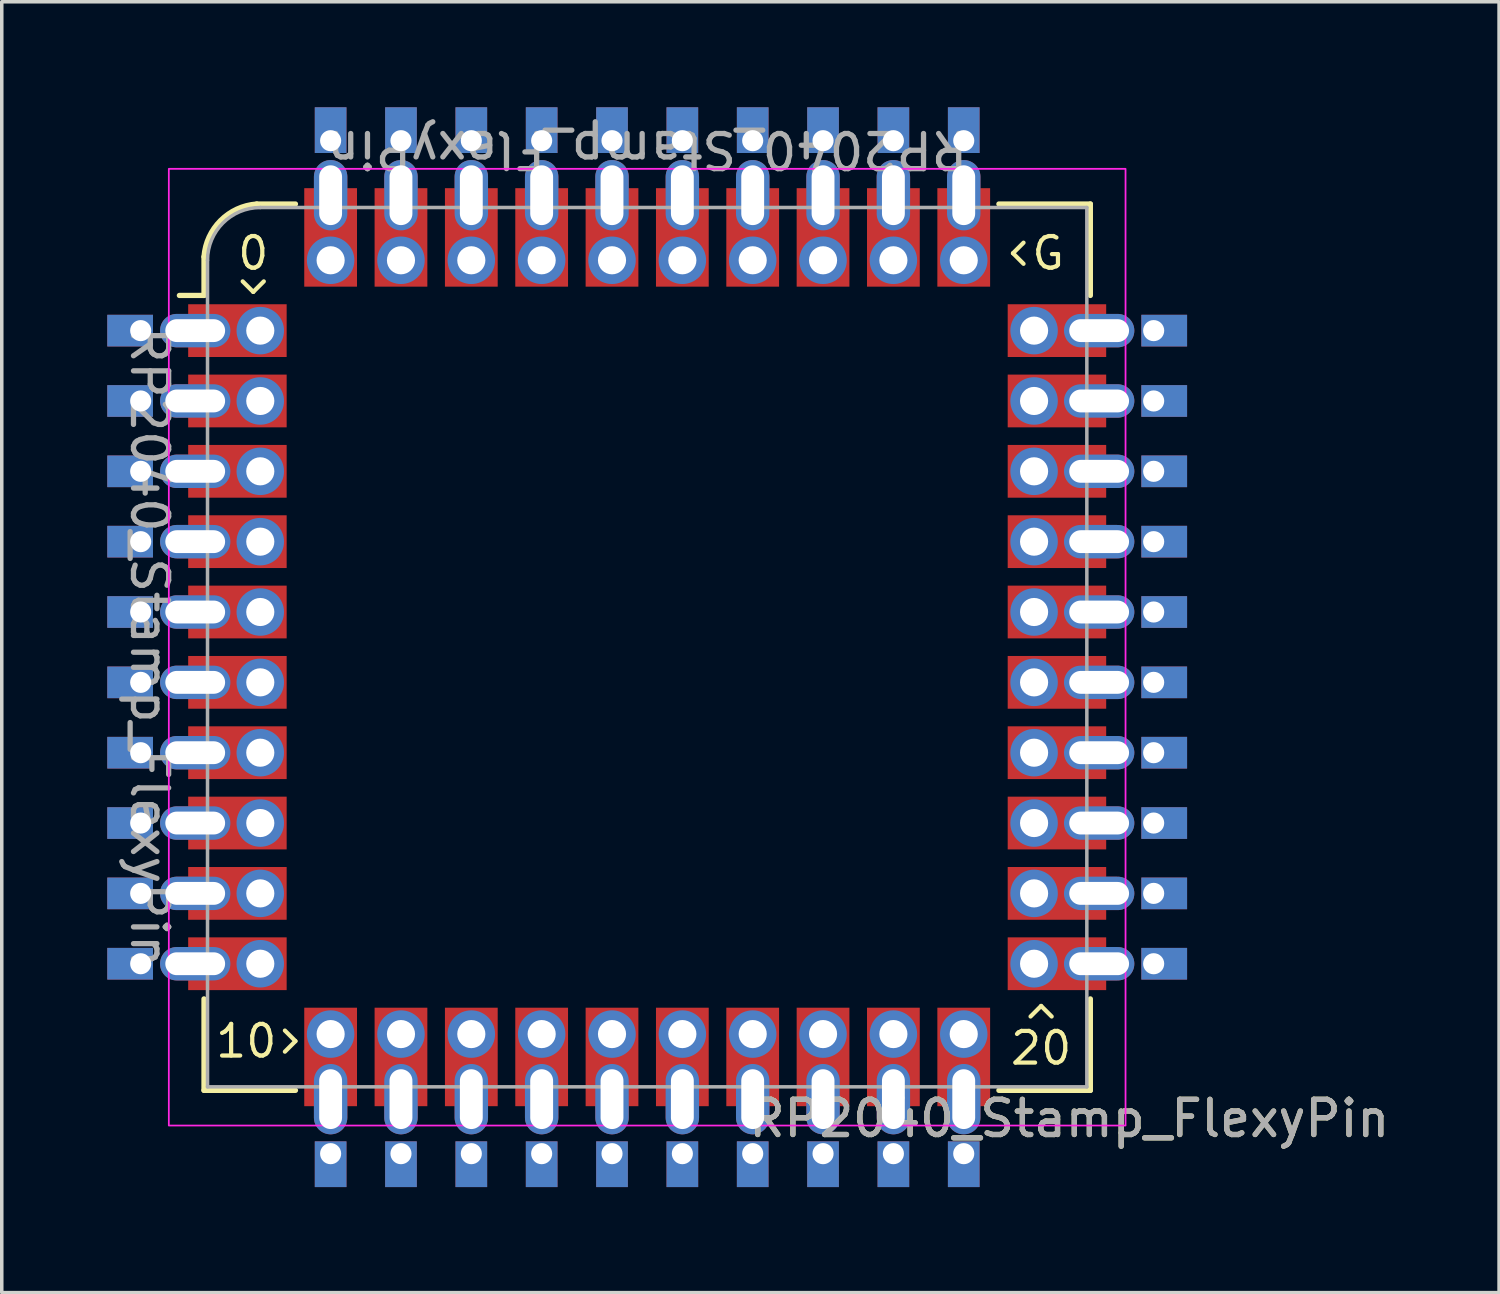
<source format=kicad_pcb>
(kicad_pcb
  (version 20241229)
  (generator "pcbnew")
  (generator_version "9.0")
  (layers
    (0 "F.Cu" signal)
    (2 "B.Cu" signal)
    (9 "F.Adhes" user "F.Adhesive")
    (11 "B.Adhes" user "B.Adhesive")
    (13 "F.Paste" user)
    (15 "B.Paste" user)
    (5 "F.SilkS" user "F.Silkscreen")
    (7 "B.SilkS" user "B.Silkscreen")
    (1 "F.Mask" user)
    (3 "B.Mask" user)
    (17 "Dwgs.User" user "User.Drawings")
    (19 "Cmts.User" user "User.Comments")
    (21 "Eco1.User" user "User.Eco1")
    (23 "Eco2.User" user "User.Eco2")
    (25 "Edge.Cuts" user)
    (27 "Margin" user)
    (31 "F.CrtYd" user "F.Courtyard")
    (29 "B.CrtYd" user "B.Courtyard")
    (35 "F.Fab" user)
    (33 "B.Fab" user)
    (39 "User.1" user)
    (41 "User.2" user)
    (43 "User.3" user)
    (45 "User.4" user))
  (footprint "RP2040_Stamp_FlexyPin"
    (layer "F.Cu")
    (at 15.35 15.35)
    (property "Reference" "RP2040_Stamp_FlexyPin" (at 12 13.4 0) (unlocked yes) (layer "F.SilkS") (effects (font (size 1 1) (thickness 0.15))))
    (property "Value" "RP2040_Stamp_FlexyPin" (at 0 14.15 0) (unlocked yes) (layer "F.Fab") (hide yes) (effects (font (size 1 1) (thickness 0.15))))
    (attr through_hole)
    (fp_line (start -12.6 -10) (end -13.3 -10) (stroke (width 0.15) (type solid)) (layer "F.SilkS"))
    (fp_line (start -12.6 -10) (end -12.6 -11.1) (stroke (width 0.15) (type solid)) (layer "F.SilkS"))
    (fp_line (start -12.6 12.6) (end -12.6 10) (stroke (width 0.15) (type solid)) (layer "F.SilkS"))
    (fp_line (start -11.5 -10.4) (end -11.2 -10.1) (stroke (width 0.12) (type solid)) (layer "F.SilkS"))
    (fp_line (start -11.2 -10.1) (end -10.9 -10.4) (stroke (width 0.12) (type solid)) (layer "F.SilkS"))
    (fp_line (start -11.1 -12.6) (end -10 -12.6) (stroke (width 0.15) (type solid)) (layer "F.SilkS"))
    (fp_line (start -10.3 11.5) (end -10 11.2) (stroke (width 0.12) (type solid)) (layer "F.SilkS"))
    (fp_line (start -10 11.2) (end -10.3 10.9) (stroke (width 0.12) (type solid)) (layer "F.SilkS"))
    (fp_line (start -10 12.6) (end -12.6 12.6) (stroke (width 0.15) (type solid)) (layer "F.SilkS"))
    (fp_line (start 10 -12.6) (end 12.6 -12.6) (stroke (width 0.15) (type solid)) (layer "F.SilkS"))
    (fp_line (start 10.4 -11.2) (end 10.7 -10.9) (stroke (width 0.12) (type solid)) (layer "F.SilkS"))
    (fp_line (start 10.7 -11.5) (end 10.4 -11.2) (stroke (width 0.12) (type solid)) (layer "F.SilkS"))
    (fp_line (start 11.2 10.2) (end 10.9 10.5) (stroke (width 0.12) (type solid)) (layer "F.SilkS"))
    (fp_line (start 11.5 10.5) (end 11.2 10.2) (stroke (width 0.12) (type solid)) (layer "F.SilkS"))
    (fp_line (start 12.6 -12.6) (end 12.6 -10) (stroke (width 0.15) (type solid)) (layer "F.SilkS"))
    (fp_line (start 12.6 10) (end 12.6 12.6) (stroke (width 0.15) (type solid)) (layer "F.SilkS"))
    (fp_line (start 12.6 12.6) (end 10 12.6) (stroke (width 0.15) (type solid)) (layer "F.SilkS"))
    (fp_arc (start -12.6 -11.1) (mid -12.129432 -12.129432) (end -11.1 -12.6) (stroke (width 0.15) (type solid)) (layer "F.SilkS"))
    (fp_rect (start -13.6 -13.6) (end 13.6 13.6) (stroke (width 0.05) (type solid)) (fill no) (layer "F.CrtYd"))
    (fp_line (start -12.5 12.5) (end -12.5 -11) (stroke (width 0.1) (type solid)) (layer "F.Fab"))
    (fp_line (start -11 -12.5) (end 12.5 -12.5) (stroke (width 0.1) (type solid)) (layer "F.Fab"))
    (fp_line (start 12.5 -12.5) (end 12.5 12.5) (stroke (width 0.1) (type solid)) (layer "F.Fab"))
    (fp_line (start 12.5 12.5) (end -12.5 12.5) (stroke (width 0.1) (type solid)) (layer "F.Fab"))
    (fp_arc (start -12.500003 -11.000003) (mid -12.060661 -12.060662) (end -11 -12.5) (stroke (width 0.1) (type solid)) (layer "F.Fab"))
    (fp_text user "10" (at -11.4 11.2 0) (unlocked yes) (layer "F.SilkS") (effects (font (size 0.9 0.9) (thickness 0.12))))
    (fp_text user "0" (at -11.2 -11.2 0) (unlocked yes) (layer "F.SilkS") (effects (font (size 0.9 0.9) (thickness 0.12))))
    (fp_text user "20" (at 11.2 11.4 0) (unlocked yes) (layer "F.SilkS") (effects (font (size 0.9 0.9) (thickness 0.12))))
    (fp_text user "G" (at 11.4 -11.2 0) (unlocked yes) (layer "F.SilkS") (effects (font (size 0.9 0.9) (thickness 0.12))))
    (fp_text user "${VALUE}" (at 0 -14.15 180) (unlocked yes) (layer "F.Fab") (effects (font (size 1 1) (thickness 0.15))))
    (fp_text user "${REFERENCE}" (at 12 13.4 0) (unlocked yes) (layer "F.Fab") (effects (font (size 1 1) (thickness 0.15))))
    (fp_text user "${VALUE}" (at -14.15 0 270) (unlocked yes) (layer "F.Fab") (effects (font (size 1 1) (thickness 0.15))))
    (pad "1" thru_hole rect (at -14.4 -9) (size 1.3 0.9) (drill 0.6 (offset -0.3 0)) (layers "*.Cu" "*.Mask"))
    (pad "1" thru_hole oval (at -12.85 -9 180) (size 2 0.95) (drill oval 1.7 0.65) (layers "*.Cu" "*.Mask"))
    (pad "1" smd rect (at -11.65 -9) (size 2.8 1.5) (layers "F.Cu" "F.Mask" "F.Paste"))
    (pad "1" thru_hole circle (at -11 -9) (size 1.35 1.35) (drill 0.8) (layers "*.Cu" "*.Mask"))
    (pad "2" thru_hole rect (at -14.4 -7) (size 1.3 0.9) (drill 0.6 (offset -0.3 0)) (layers "*.Cu" "*.Mask"))
    (pad "2" thru_hole oval (at -12.85 -7 180) (size 2 0.95) (drill oval 1.7 0.65) (layers "*.Cu" "*.Mask"))
    (pad "2" smd rect (at -11.65 -7) (size 2.8 1.5) (layers "F.Cu" "F.Mask" "F.Paste"))
    (pad "2" thru_hole oval (at -11 -7) (size 1.35 1.35) (drill 0.8) (layers "*.Cu" "*.Mask"))
    (pad "3" thru_hole rect (at -14.4 -5) (size 1.3 0.9) (drill 0.6 (offset -0.3 0)) (layers "*.Cu" "*.Mask"))
    (pad "3" thru_hole oval (at -12.85 -5 180) (size 2 0.95) (drill oval 1.7 0.65) (layers "*.Cu" "*.Mask"))
    (pad "3" smd rect (at -11.65 -5) (size 2.8 1.5) (layers "F.Cu" "F.Mask" "F.Paste"))
    (pad "3" thru_hole oval (at -11 -5) (size 1.35 1.35) (drill 0.8) (layers "*.Cu" "*.Mask"))
    (pad "4" thru_hole rect (at -14.4 -3) (size 1.3 0.9) (drill 0.6 (offset -0.3 0)) (layers "*.Cu" "*.Mask"))
    (pad "4" thru_hole oval (at -12.85 -3 180) (size 2 0.95) (drill oval 1.7 0.65) (layers "*.Cu" "*.Mask"))
    (pad "4" smd rect (at -11.65 -3) (size 2.8 1.5) (layers "F.Cu" "F.Mask" "F.Paste"))
    (pad "4" thru_hole oval (at -11 -3) (size 1.35 1.35) (drill 0.8) (layers "*.Cu" "*.Mask"))
    (pad "5" thru_hole rect (at -14.4 -1) (size 1.3 0.9) (drill 0.6 (offset -0.3 0)) (layers "*.Cu" "*.Mask"))
    (pad "5" thru_hole oval (at -12.85 -1 180) (size 2 0.95) (drill oval 1.7 0.65) (layers "*.Cu" "*.Mask"))
    (pad "5" smd rect (at -11.65 -1) (size 2.8 1.5) (layers "F.Cu" "F.Mask" "F.Paste"))
    (pad "5" thru_hole oval (at -11 -1) (size 1.35 1.35) (drill 0.8) (layers "*.Cu" "*.Mask"))
    (pad "6" thru_hole rect (at -14.4 1) (size 1.3 0.9) (drill 0.6 (offset -0.3 0)) (layers "*.Cu" "*.Mask"))
    (pad "6" thru_hole oval (at -12.85 1 180) (size 2 0.95) (drill oval 1.7 0.65) (layers "*.Cu" "*.Mask"))
    (pad "6" smd rect (at -11.65 1) (size 2.8 1.5) (layers "F.Cu" "F.Mask" "F.Paste"))
    (pad "6" thru_hole oval (at -11 1) (size 1.35 1.35) (drill 0.8) (layers "*.Cu" "*.Mask"))
    (pad "7" thru_hole rect (at -14.4 3) (size 1.3 0.9) (drill 0.6 (offset -0.3 0)) (layers "*.Cu" "*.Mask"))
    (pad "7" thru_hole oval (at -12.85 3 180) (size 2 0.95) (drill oval 1.7 0.65) (layers "*.Cu" "*.Mask"))
    (pad "7" smd rect (at -11.65 3) (size 2.8 1.5) (layers "F.Cu" "F.Mask" "F.Paste"))
    (pad "7" thru_hole oval (at -11 3) (size 1.35 1.35) (drill 0.8) (layers "*.Cu" "*.Mask"))
    (pad "8" thru_hole rect (at -14.4 5) (size 1.3 0.9) (drill 0.6 (offset -0.3 0)) (layers "*.Cu" "*.Mask"))
    (pad "8" thru_hole oval (at -12.85 5 180) (size 2 0.95) (drill oval 1.7 0.65) (layers "*.Cu" "*.Mask"))
    (pad "8" smd rect (at -11.65 5) (size 2.8 1.5) (layers "F.Cu" "F.Mask" "F.Paste"))
    (pad "8" thru_hole oval (at -11 5) (size 1.35 1.35) (drill 0.8) (layers "*.Cu" "*.Mask"))
    (pad "9" thru_hole rect (at -14.4 7) (size 1.3 0.9) (drill 0.6 (offset -0.3 0)) (layers "*.Cu" "*.Mask"))
    (pad "9" thru_hole oval (at -12.85 7 180) (size 2 0.95) (drill oval 1.7 0.65) (layers "*.Cu" "*.Mask"))
    (pad "9" smd rect (at -11.65 7) (size 2.8 1.5) (layers "F.Cu" "F.Mask" "F.Paste"))
    (pad "9" thru_hole oval (at -11 7) (size 1.35 1.35) (drill 0.8) (layers "*.Cu" "*.Mask"))
    (pad "10" thru_hole rect (at -14.4 9) (size 1.3 0.9) (drill 0.6 (offset -0.3 0)) (layers "*.Cu" "*.Mask"))
    (pad "10" thru_hole oval (at -12.85 9 180) (size 2 0.95) (drill oval 1.7 0.65) (layers "*.Cu" "*.Mask"))
    (pad "10" smd rect (at -11.65 9) (size 2.8 1.5) (layers "F.Cu" "F.Mask" "F.Paste"))
    (pad "10" thru_hole oval (at -11 9) (size 1.35 1.35) (drill 0.8) (layers "*.Cu" "*.Mask"))
    (pad "11" thru_hole oval (at -9 11) (size 1.35 1.35) (drill 0.8) (layers "*.Cu" "*.Mask"))
    (pad "11" smd rect (at -9 11.65 270) (size 2.8 1.5) (layers "F.Cu" "F.Mask" "F.Paste"))
    (pad "11" thru_hole oval (at -9 12.85 270) (size 2 0.95) (drill oval 1.7 0.65) (layers "*.Cu" "*.Mask"))
    (pad "11" thru_hole rect (at -9 14.4 90) (size 1.3 0.9) (drill 0.6 (offset -0.3 0)) (layers "*.Cu" "*.Mask"))
    (pad "12" thru_hole oval (at -7 11) (size 1.35 1.35) (drill 0.8) (layers "*.Cu" "*.Mask"))
    (pad "12" smd rect (at -7 11.65 270) (size 2.8 1.5) (layers "F.Cu" "F.Mask" "F.Paste"))
    (pad "12" thru_hole oval (at -7 12.85 270) (size 2 0.95) (drill oval 1.7 0.65) (layers "*.Cu" "*.Mask"))
    (pad "12" thru_hole rect (at -7 14.4 90) (size 1.3 0.9) (drill 0.6 (offset -0.3 0)) (layers "*.Cu" "*.Mask"))
    (pad "13" thru_hole oval (at -5 11) (size 1.35 1.35) (drill 0.8) (layers "*.Cu" "*.Mask"))
    (pad "13" smd rect (at -5 11.65 270) (size 2.8 1.5) (layers "F.Cu" "F.Mask" "F.Paste"))
    (pad "13" thru_hole oval (at -5 12.85 270) (size 2 0.95) (drill oval 1.7 0.65) (layers "*.Cu" "*.Mask"))
    (pad "13" thru_hole rect (at -5 14.4 90) (size 1.3 0.9) (drill 0.6 (offset -0.3 0)) (layers "*.Cu" "*.Mask"))
    (pad "14" thru_hole oval (at -3 11) (size 1.35 1.35) (drill 0.8) (layers "*.Cu" "*.Mask"))
    (pad "14" smd rect (at -3 11.65 270) (size 2.8 1.5) (layers "F.Cu" "F.Mask" "F.Paste"))
    (pad "14" thru_hole oval (at -3 12.85 270) (size 2 0.95) (drill oval 1.7 0.65) (layers "*.Cu" "*.Mask"))
    (pad "14" thru_hole rect (at -3 14.4 90) (size 1.3 0.9) (drill 0.6 (offset -0.3 0)) (layers "*.Cu" "*.Mask"))
    (pad "15" thru_hole oval (at -1 11) (size 1.35 1.35) (drill 0.8) (layers "*.Cu" "*.Mask"))
    (pad "15" smd rect (at -1 11.65 270) (size 2.8 1.5) (layers "F.Cu" "F.Mask" "F.Paste"))
    (pad "15" thru_hole oval (at -1 12.85 270) (size 2 0.95) (drill oval 1.7 0.65) (layers "*.Cu" "*.Mask"))
    (pad "15" thru_hole rect (at -1 14.4 90) (size 1.3 0.9) (drill 0.6 (offset -0.3 0)) (layers "*.Cu" "*.Mask"))
    (pad "16" thru_hole oval (at 1 11) (size 1.35 1.35) (drill 0.8) (layers "*.Cu" "*.Mask"))
    (pad "16" smd rect (at 1 11.65 270) (size 2.8 1.5) (layers "F.Cu" "F.Mask" "F.Paste"))
    (pad "16" thru_hole oval (at 1 12.85 270) (size 2 0.95) (drill oval 1.7 0.65) (layers "*.Cu" "*.Mask"))
    (pad "16" thru_hole rect (at 1 14.4 90) (size 1.3 0.9) (drill 0.6 (offset -0.3 0)) (layers "*.Cu" "*.Mask"))
    (pad "17" thru_hole oval (at 3 11) (size 1.35 1.35) (drill 0.8) (layers "*.Cu" "*.Mask"))
    (pad "17" smd rect (at 3 11.65 270) (size 2.8 1.5) (layers "F.Cu" "F.Mask" "F.Paste"))
    (pad "17" thru_hole oval (at 3 12.85 270) (size 2 0.95) (drill oval 1.7 0.65) (layers "*.Cu" "*.Mask"))
    (pad "17" thru_hole rect (at 3 14.4 90) (size 1.3 0.9) (drill 0.6 (offset -0.3 0)) (layers "*.Cu" "*.Mask"))
    (pad "18" thru_hole oval (at 5 11) (size 1.35 1.35) (drill 0.8) (layers "*.Cu" "*.Mask"))
    (pad "18" smd rect (at 5 11.65 270) (size 2.8 1.5) (layers "F.Cu" "F.Mask" "F.Paste"))
    (pad "18" thru_hole oval (at 5 12.85 270) (size 2 0.95) (drill oval 1.7 0.65) (layers "*.Cu" "*.Mask"))
    (pad "18" thru_hole rect (at 5 14.4 90) (size 1.3 0.9) (drill 0.6 (offset -0.3 0)) (layers "*.Cu" "*.Mask"))
    (pad "19" thru_hole oval (at 7 11) (size 1.35 1.35) (drill 0.8) (layers "*.Cu" "*.Mask"))
    (pad "19" smd rect (at 7 11.65 270) (size 2.8 1.5) (layers "F.Cu" "F.Mask" "F.Paste"))
    (pad "19" thru_hole oval (at 7 12.85 270) (size 2 0.95) (drill oval 1.7 0.65) (layers "*.Cu" "*.Mask"))
    (pad "19" thru_hole rect (at 7 14.4 90) (size 1.3 0.9) (drill 0.6 (offset -0.3 0)) (layers "*.Cu" "*.Mask"))
    (pad "20" thru_hole oval (at 9 11) (size 1.35 1.35) (drill 0.8) (layers "*.Cu" "*.Mask"))
    (pad "20" smd rect (at 9 11.65 270) (size 2.8 1.5) (layers "F.Cu" "F.Mask" "F.Paste"))
    (pad "20" thru_hole oval (at 9 12.85 270) (size 2 0.95) (drill oval 1.7 0.65) (layers "*.Cu" "*.Mask"))
    (pad "20" thru_hole rect (at 9 14.4 90) (size 1.3 0.9) (drill 0.6 (offset -0.3 0)) (layers "*.Cu" "*.Mask"))
    (pad "21" thru_hole oval (at 11 9) (size 1.35 1.35) (drill 0.8) (layers "*.Cu" "*.Mask"))
    (pad "21" smd rect (at 11.65 9) (size 2.8 1.5) (layers "F.Cu" "F.Mask" "F.Paste"))
    (pad "21" thru_hole oval (at 12.85 9) (size 2 0.95) (drill oval 1.7 0.65) (layers "*.Cu" "*.Mask"))
    (pad "21" thru_hole rect (at 14.4 9 180) (size 1.3 0.9) (drill 0.6 (offset -0.3 0)) (layers "*.Cu" "*.Mask"))
    (pad "22" thru_hole oval (at 11 7) (size 1.35 1.35) (drill 0.8) (layers "*.Cu" "*.Mask"))
    (pad "22" smd rect (at 11.65 7) (size 2.8 1.5) (layers "F.Cu" "F.Mask" "F.Paste"))
    (pad "22" thru_hole oval (at 12.85 7) (size 2 0.95) (drill oval 1.7 0.65) (layers "*.Cu" "*.Mask"))
    (pad "22" thru_hole rect (at 14.4 7 180) (size 1.3 0.9) (drill 0.6 (offset -0.3 0)) (layers "*.Cu" "*.Mask"))
    (pad "23" thru_hole oval (at 11 5) (size 1.35 1.35) (drill 0.8) (layers "*.Cu" "*.Mask"))
    (pad "23" smd rect (at 11.65 5) (size 2.8 1.5) (layers "F.Cu" "F.Mask" "F.Paste"))
    (pad "23" thru_hole oval (at 12.85 5) (size 2 0.95) (drill oval 1.7 0.65) (layers "*.Cu" "*.Mask"))
    (pad "23" thru_hole rect (at 14.4 5 180) (size 1.3 0.9) (drill 0.6 (offset -0.3 0)) (layers "*.Cu" "*.Mask"))
    (pad "24" thru_hole oval (at 11 3) (size 1.35 1.35) (drill 0.8) (layers "*.Cu" "*.Mask"))
    (pad "24" smd rect (at 11.65 3) (size 2.8 1.5) (layers "F.Cu" "F.Mask" "F.Paste"))
    (pad "24" thru_hole oval (at 12.85 3) (size 2 0.95) (drill oval 1.7 0.65) (layers "*.Cu" "*.Mask"))
    (pad "24" thru_hole rect (at 14.4 3 180) (size 1.3 0.9) (drill 0.6 (offset -0.3 0)) (layers "*.Cu" "*.Mask"))
    (pad "25" thru_hole oval (at 11 1) (size 1.35 1.35) (drill 0.8) (layers "*.Cu" "*.Mask"))
    (pad "25" smd rect (at 11.65 1) (size 2.8 1.5) (layers "F.Cu" "F.Mask" "F.Paste"))
    (pad "25" thru_hole oval (at 12.85 1) (size 2 0.95) (drill oval 1.7 0.65) (layers "*.Cu" "*.Mask"))
    (pad "25" thru_hole rect (at 14.4 1 180) (size 1.3 0.9) (drill 0.6 (offset -0.3 0)) (layers "*.Cu" "*.Mask"))
    (pad "26" thru_hole oval (at 11 -1) (size 1.35 1.35) (drill 0.8) (layers "*.Cu" "*.Mask"))
    (pad "26" smd rect (at 11.65 -1) (size 2.8 1.5) (layers "F.Cu" "F.Mask" "F.Paste"))
    (pad "26" thru_hole oval (at 12.85 -1) (size 2 0.95) (drill oval 1.7 0.65) (layers "*.Cu" "*.Mask"))
    (pad "26" thru_hole rect (at 14.4 -1 180) (size 1.3 0.9) (drill 0.6 (offset -0.3 0)) (layers "*.Cu" "*.Mask"))
    (pad "27" thru_hole oval (at 11 -3) (size 1.35 1.35) (drill 0.8) (layers "*.Cu" "*.Mask"))
    (pad "27" smd rect (at 11.65 -3) (size 2.8 1.5) (layers "F.Cu" "F.Mask" "F.Paste"))
    (pad "27" thru_hole oval (at 12.85 -3) (size 2 0.95) (drill oval 1.7 0.65) (layers "*.Cu" "*.Mask"))
    (pad "27" thru_hole rect (at 14.4 -3 180) (size 1.3 0.9) (drill 0.6 (offset -0.3 0)) (layers "*.Cu" "*.Mask"))
    (pad "28" thru_hole oval (at 11 -5) (size 1.35 1.35) (drill 0.8) (layers "*.Cu" "*.Mask"))
    (pad "28" smd rect (at 11.65 -5) (size 2.8 1.5) (layers "F.Cu" "F.Mask" "F.Paste"))
    (pad "28" thru_hole oval (at 12.85 -5) (size 2 0.95) (drill oval 1.7 0.65) (layers "*.Cu" "*.Mask"))
    (pad "28" thru_hole rect (at 14.4 -5 180) (size 1.3 0.9) (drill 0.6 (offset -0.3 0)) (layers "*.Cu" "*.Mask"))
    (pad "29" thru_hole oval (at 11 -7) (size 1.35 1.35) (drill 0.8) (layers "*.Cu" "*.Mask"))
    (pad "29" smd rect (at 11.65 -7) (size 2.8 1.5) (layers "F.Cu" "F.Mask" "F.Paste"))
    (pad "29" thru_hole oval (at 12.85 -7) (size 2 0.95) (drill oval 1.7 0.65) (layers "*.Cu" "*.Mask"))
    (pad "29" thru_hole rect (at 14.4 -7 180) (size 1.3 0.9) (drill 0.6 (offset -0.3 0)) (layers "*.Cu" "*.Mask"))
    (pad "30" thru_hole oval (at 11 -9) (size 1.35 1.35) (drill 0.8) (layers "*.Cu" "*.Mask"))
    (pad "30" smd rect (at 11.65 -9) (size 2.8 1.5) (layers "F.Cu" "F.Mask" "F.Paste"))
    (pad "30" thru_hole oval (at 12.85 -9) (size 2 0.95) (drill oval 1.7 0.65) (layers "*.Cu" "*.Mask"))
    (pad "30" thru_hole rect (at 14.4 -9 180) (size 1.3 0.9) (drill 0.6 (offset -0.3 0)) (layers "*.Cu" "*.Mask"))
    (pad "31" thru_hole rect (at 9 -14.4 270) (size 1.3 0.9) (drill 0.6 (offset -0.3 0)) (layers "*.Cu" "*.Mask"))
    (pad "31" thru_hole oval (at 9 -12.85 90) (size 2 0.95) (drill oval 1.7 0.65) (layers "*.Cu" "*.Mask"))
    (pad "31" smd rect (at 9 -11.65 270) (size 2.8 1.5) (layers "F.Cu" "F.Mask" "F.Paste"))
    (pad "31" thru_hole oval (at 9 -11) (size 1.35 1.35) (drill 0.8) (layers "*.Cu" "*.Mask"))
    (pad "32" thru_hole rect (at 7 -14.4 270) (size 1.3 0.9) (drill 0.6 (offset -0.3 0)) (layers "*.Cu" "*.Mask"))
    (pad "32" thru_hole oval (at 7 -12.85 90) (size 2 0.95) (drill oval 1.7 0.65) (layers "*.Cu" "*.Mask"))
    (pad "32" smd rect (at 7 -11.65 270) (size 2.8 1.5) (layers "F.Cu" "F.Mask" "F.Paste"))
    (pad "32" thru_hole oval (at 7 -11) (size 1.35 1.35) (drill 0.8) (layers "*.Cu" "*.Mask"))
    (pad "33" thru_hole rect (at 5 -14.4 270) (size 1.3 0.9) (drill 0.6 (offset -0.3 0)) (layers "*.Cu" "*.Mask"))
    (pad "33" thru_hole oval (at 5 -12.85 90) (size 2 0.95) (drill oval 1.7 0.65) (layers "*.Cu" "*.Mask"))
    (pad "33" smd rect (at 5 -11.65 270) (size 2.8 1.5) (layers "F.Cu" "F.Mask" "F.Paste"))
    (pad "33" thru_hole oval (at 5 -11) (size 1.35 1.35) (drill 0.8) (layers "*.Cu" "*.Mask"))
    (pad "34" thru_hole rect (at 3 -14.4 270) (size 1.3 0.9) (drill 0.6 (offset -0.3 0)) (layers "*.Cu" "*.Mask"))
    (pad "34" thru_hole oval (at 3 -12.85 90) (size 2 0.95) (drill oval 1.7 0.65) (layers "*.Cu" "*.Mask"))
    (pad "34" smd rect (at 3 -11.65 270) (size 2.8 1.5) (layers "F.Cu" "F.Mask" "F.Paste"))
    (pad "34" thru_hole oval (at 3 -11) (size 1.35 1.35) (drill 0.8) (layers "*.Cu" "*.Mask"))
    (pad "35" thru_hole rect (at 1 -14.4 270) (size 1.3 0.9) (drill 0.6 (offset -0.3 0)) (layers "*.Cu" "*.Mask"))
    (pad "35" thru_hole oval (at 1 -12.85 90) (size 2 0.95) (drill oval 1.7 0.65) (layers "*.Cu" "*.Mask"))
    (pad "35" smd rect (at 1 -11.65 270) (size 2.8 1.5) (layers "F.Cu" "F.Mask" "F.Paste"))
    (pad "35" thru_hole oval (at 1 -11) (size 1.35 1.35) (drill 0.8) (layers "*.Cu" "*.Mask"))
    (pad "36" thru_hole rect (at -1 -14.4 270) (size 1.3 0.9) (drill 0.6 (offset -0.3 0)) (layers "*.Cu" "*.Mask"))
    (pad "36" thru_hole oval (at -1 -12.85 90) (size 2 0.95) (drill oval 1.7 0.65) (layers "*.Cu" "*.Mask"))
    (pad "36" smd rect (at -1 -11.65 270) (size 2.8 1.5) (layers "F.Cu" "F.Mask" "F.Paste"))
    (pad "36" thru_hole oval (at -1 -11) (size 1.35 1.35) (drill 0.8) (layers "*.Cu" "*.Mask"))
    (pad "37" thru_hole rect (at -3 -14.4 270) (size 1.3 0.9) (drill 0.6 (offset -0.3 0)) (layers "*.Cu" "*.Mask"))
    (pad "37" thru_hole oval (at -3 -12.85 90) (size 2 0.95) (drill oval 1.7 0.65) (layers "*.Cu" "*.Mask"))
    (pad "37" smd rect (at -3 -11.65 270) (size 2.8 1.5) (layers "F.Cu" "F.Mask" "F.Paste"))
    (pad "37" thru_hole oval (at -3 -11) (size 1.35 1.35) (drill 0.8) (layers "*.Cu" "*.Mask"))
    (pad "38" thru_hole rect (at -5 -14.4 270) (size 1.3 0.9) (drill 0.6 (offset -0.3 0)) (layers "*.Cu" "*.Mask"))
    (pad "38" thru_hole oval (at -5 -12.85 90) (size 2 0.95) (drill oval 1.7 0.65) (layers "*.Cu" "*.Mask"))
    (pad "38" smd rect (at -5 -11.65 270) (size 2.8 1.5) (layers "F.Cu" "F.Mask" "F.Paste"))
    (pad "38" thru_hole oval (at -5 -11) (size 1.35 1.35) (drill 0.8) (layers "*.Cu" "*.Mask"))
    (pad "39" thru_hole rect (at -7 -14.4 270) (size 1.3 0.9) (drill 0.6 (offset -0.3 0)) (layers "*.Cu" "*.Mask"))
    (pad "39" thru_hole oval (at -7 -12.85 90) (size 2 0.95) (drill oval 1.7 0.65) (layers "*.Cu" "*.Mask"))
    (pad "39" smd rect (at -7 -11.65 270) (size 2.8 1.5) (layers "F.Cu" "F.Mask" "F.Paste"))
    (pad "39" thru_hole oval (at -7 -11) (size 1.35 1.35) (drill 0.8) (layers "*.Cu" "*.Mask"))
    (pad "40" thru_hole rect (at -9 -14.4 270) (size 1.3 0.9) (drill 0.6 (offset -0.3 0)) (layers "*.Cu" "*.Mask"))
    (pad "40" thru_hole oval (at -9 -12.85 90) (size 2 0.95) (drill oval 1.7 0.65) (layers "*.Cu" "*.Mask"))
    (pad "40" smd rect (at -9 -11.65 270) (size 2.8 1.5) (layers "F.Cu" "F.Mask" "F.Paste"))
    (pad "40" thru_hole oval (at -9 -11) (size 1.35 1.35) (drill 0.8) (layers "*.Cu" "*.Mask")))
  (gr_rect
    (start -3 -3)
    (end 39.57 33.7)
    (stroke (width 0.1) (type default))
    (fill no)
    (layer "Edge.Cuts")))
</source>
